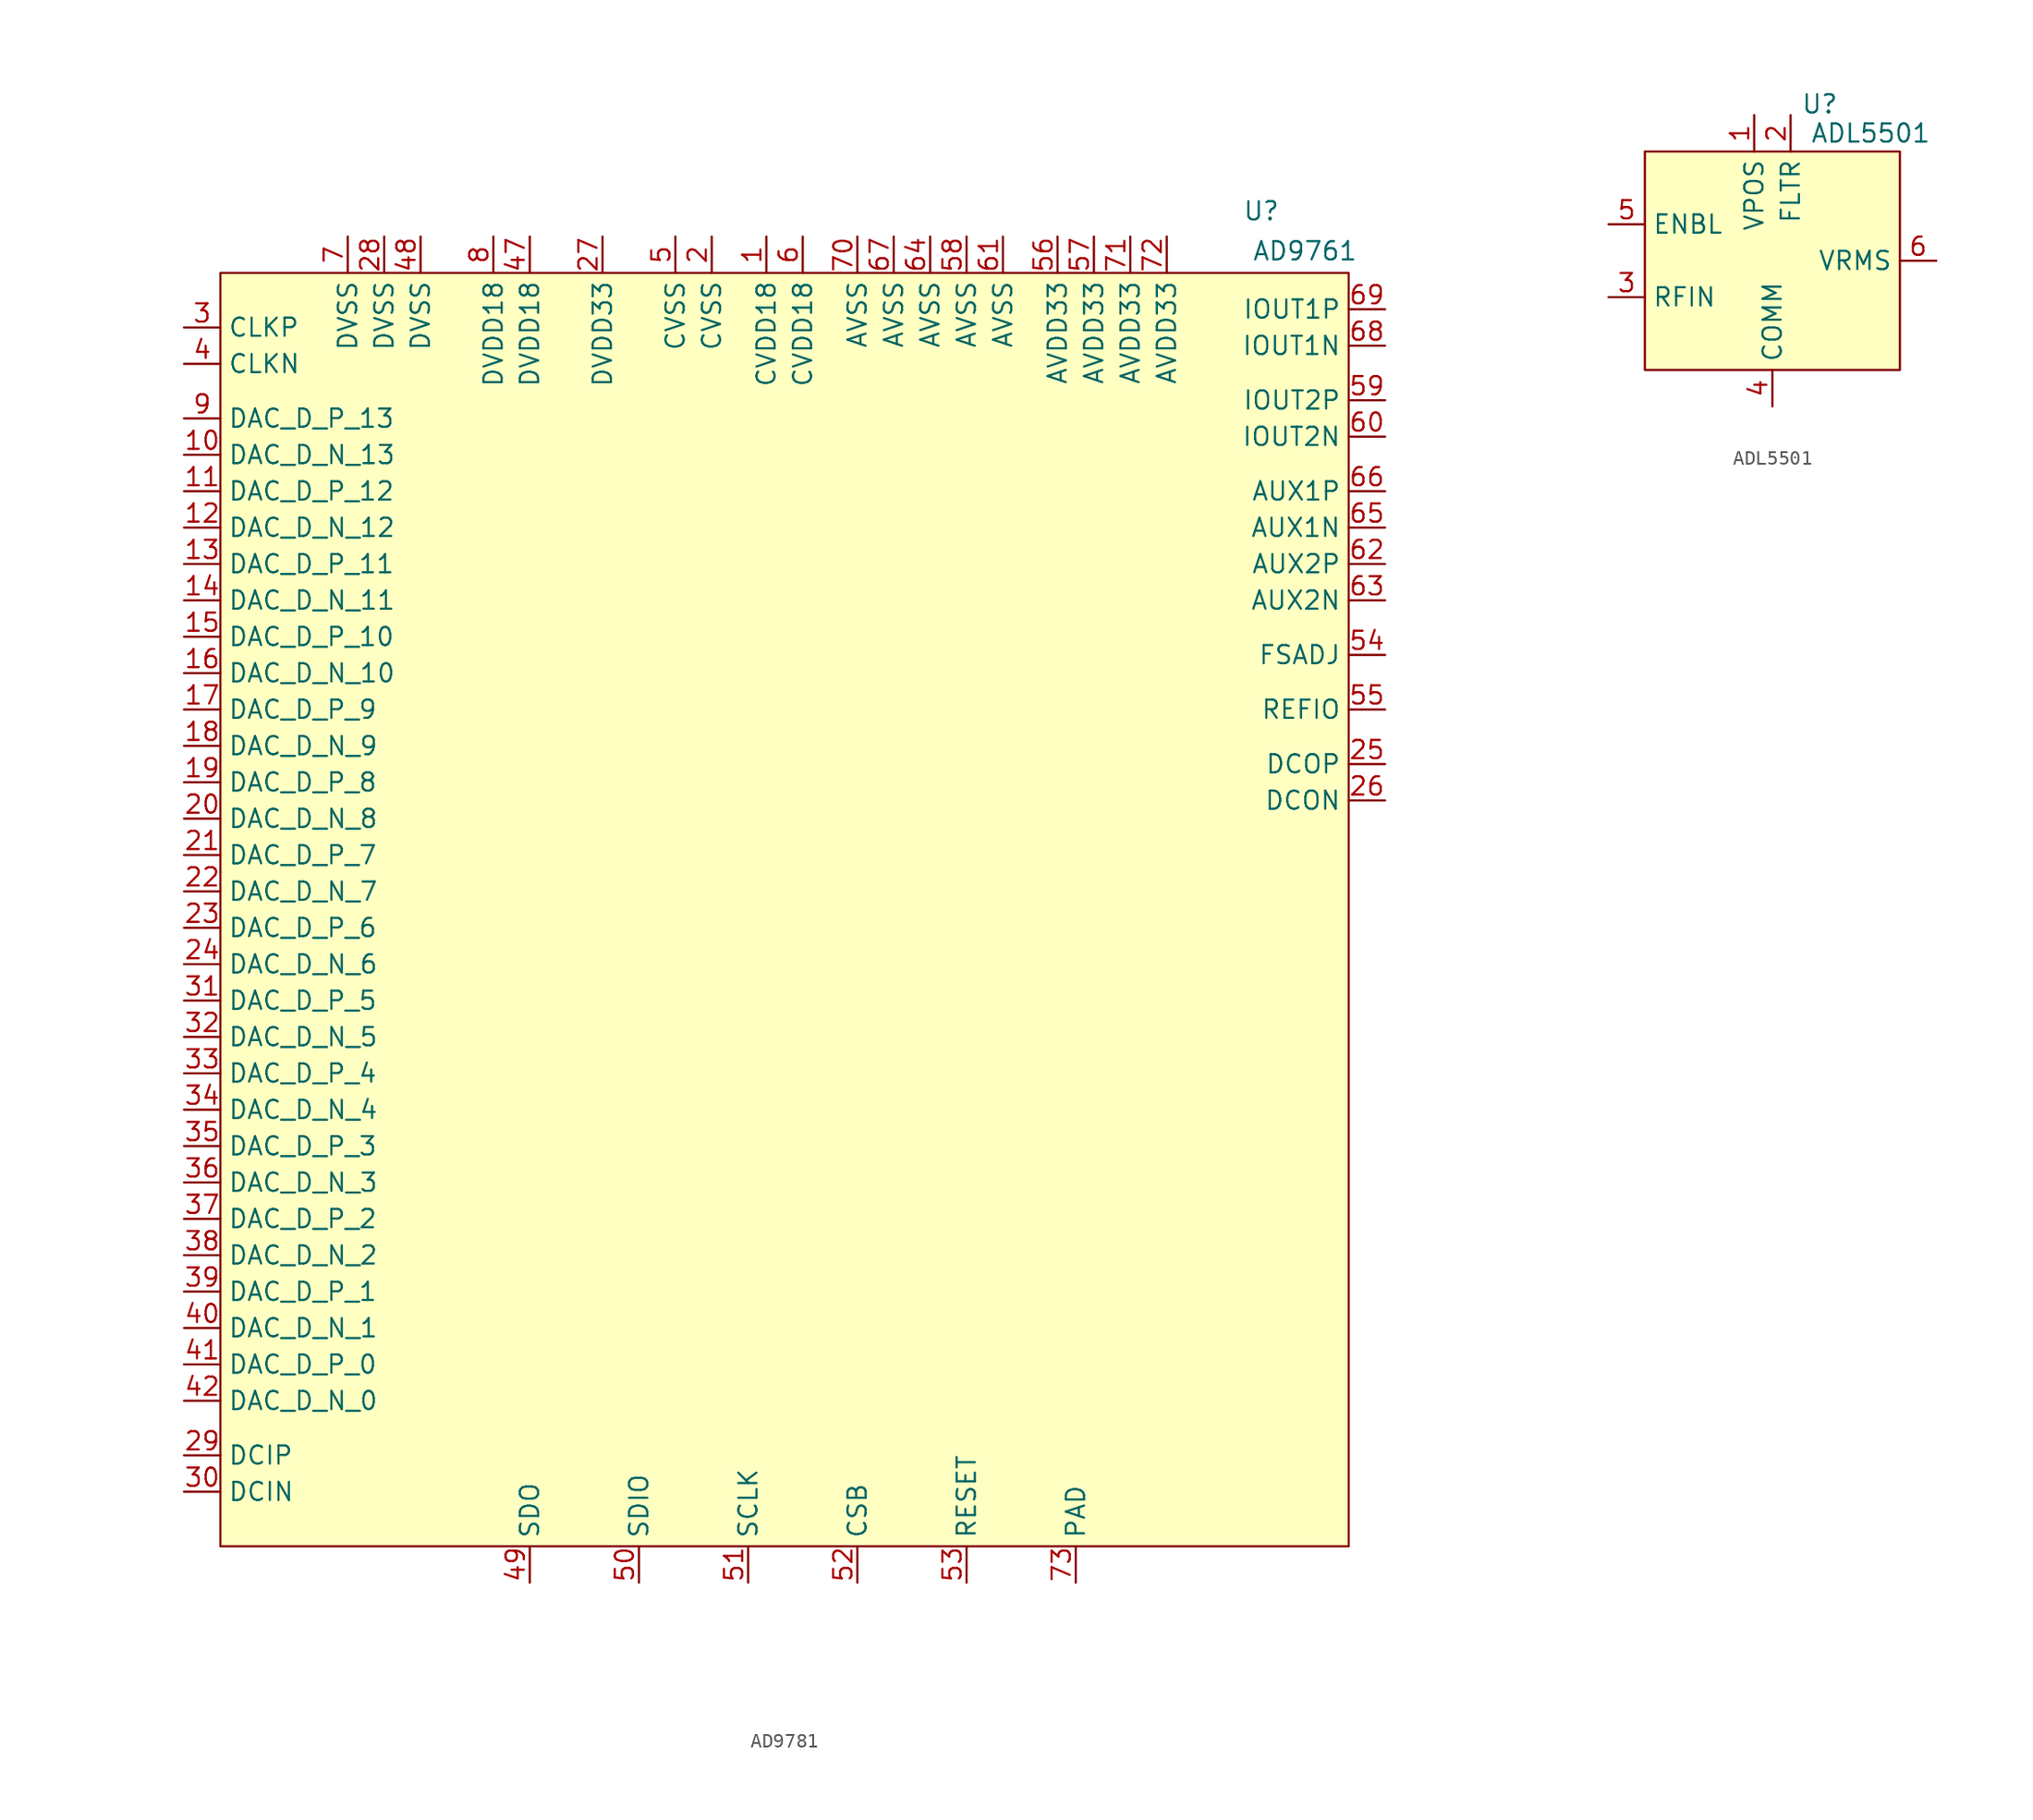
<source format=kicad_sym>
(kicad_symbol_lib
  (version 20241209)
  (generator "kicad_symbol_editor")
  (generator_version "9.0")
  (symbol "AD9781"
    (property "Reference" "U"
      (at 72.644 4.318 0)
      (effects (font (size 1.27 1.27))))
    (property "Value" "AD9761"
      (at 75.692 1.524 0)
      (effects (font (size 1.27 1.27))))
    (symbol "AD9781_1_1"
      (rectangle (start 0 0) (end 78.74 -88.9) (stroke (width 0) (type default)) (fill (type background)))
      (pin passive line (at -2.54 -3.81 0) (length 2.54) (name "CLKP" (effects (font (size 1.27 1.27)))) (number "3" (effects (font (size 1.27 1.27)))))
      (pin passive line (at -2.54 -6.35 0) (length 2.54) (name "CLKN" (effects (font (size 1.27 1.27)))) (number "4" (effects (font (size 1.27 1.27)))))
      (pin passive line (at -2.54 -10.16 0) (length 2.54) (name "DAC_D_P_13" (effects (font (size 1.27 1.27)))) (number "9" (effects (font (size 1.27 1.27)))))
      (pin passive line (at -2.54 -12.7 0) (length 2.54) (name "DAC_D_N_13" (effects (font (size 1.27 1.27)))) (number "10" (effects (font (size 1.27 1.27)))))
      (pin passive line (at -2.54 -15.24 0) (length 2.54) (name "DAC_D_P_12" (effects (font (size 1.27 1.27)))) (number "11" (effects (font (size 1.27 1.27)))))
      (pin passive line (at -2.54 -17.78 0) (length 2.54) (name "DAC_D_N_12" (effects (font (size 1.27 1.27)))) (number "12" (effects (font (size 1.27 1.27)))))
      (pin passive line (at -2.54 -20.32 0) (length 2.54) (name "DAC_D_P_11" (effects (font (size 1.27 1.27)))) (number "13" (effects (font (size 1.27 1.27)))))
      (pin passive line (at -2.54 -22.86 0) (length 2.54) (name "DAC_D_N_11" (effects (font (size 1.27 1.27)))) (number "14" (effects (font (size 1.27 1.27)))))
      (pin passive line (at -2.54 -25.4 0) (length 2.54) (name "DAC_D_P_10" (effects (font (size 1.27 1.27)))) (number "15" (effects (font (size 1.27 1.27)))))
      (pin passive line (at -2.54 -27.94 0) (length 2.54) (name "DAC_D_N_10" (effects (font (size 1.27 1.27)))) (number "16" (effects (font (size 1.27 1.27)))))
      (pin passive line (at -2.54 -30.48 0) (length 2.54) (name "DAC_D_P_9" (effects (font (size 1.27 1.27)))) (number "17" (effects (font (size 1.27 1.27)))))
      (pin passive line (at -2.54 -33.02 0) (length 2.54) (name "DAC_D_N_9" (effects (font (size 1.27 1.27)))) (number "18" (effects (font (size 1.27 1.27)))))
      (pin passive line (at -2.54 -35.56 0) (length 2.54) (name "DAC_D_P_8" (effects (font (size 1.27 1.27)))) (number "19" (effects (font (size 1.27 1.27)))))
      (pin passive line (at -2.54 -38.1 0) (length 2.54) (name "DAC_D_N_8" (effects (font (size 1.27 1.27)))) (number "20" (effects (font (size 1.27 1.27)))))
      (pin passive line (at -2.54 -40.64 0) (length 2.54) (name "DAC_D_P_7" (effects (font (size 1.27 1.27)))) (number "21" (effects (font (size 1.27 1.27)))))
      (pin passive line (at -2.54 -43.18 0) (length 2.54) (name "DAC_D_N_7" (effects (font (size 1.27 1.27)))) (number "22" (effects (font (size 1.27 1.27)))))
      (pin passive line (at -2.54 -45.72 0) (length 2.54) (name "DAC_D_P_6" (effects (font (size 1.27 1.27)))) (number "23" (effects (font (size 1.27 1.27)))))
      (pin passive line (at -2.54 -48.26 0) (length 2.54) (name "DAC_D_N_6" (effects (font (size 1.27 1.27)))) (number "24" (effects (font (size 1.27 1.27)))))
      (pin passive line (at -2.54 -50.8 0) (length 2.54) (name "DAC_D_P_5" (effects (font (size 1.27 1.27)))) (number "31" (effects (font (size 1.27 1.27)))))
      (pin passive line (at -2.54 -53.34 0) (length 2.54) (name "DAC_D_N_5" (effects (font (size 1.27 1.27)))) (number "32" (effects (font (size 1.27 1.27)))))
      (pin passive line (at -2.54 -55.88 0) (length 2.54) (name "DAC_D_P_4" (effects (font (size 1.27 1.27)))) (number "33" (effects (font (size 1.27 1.27)))))
      (pin passive line (at -2.54 -58.42 0) (length 2.54) (name "DAC_D_N_4" (effects (font (size 1.27 1.27)))) (number "34" (effects (font (size 1.27 1.27)))))
      (pin passive line (at -2.54 -60.96 0) (length 2.54) (name "DAC_D_P_3" (effects (font (size 1.27 1.27)))) (number "35" (effects (font (size 1.27 1.27)))))
      (pin passive line (at -2.54 -63.5 0) (length 2.54) (name "DAC_D_N_3" (effects (font (size 1.27 1.27)))) (number "36" (effects (font (size 1.27 1.27)))))
      (pin passive line (at -2.54 -66.04 0) (length 2.54) (name "DAC_D_P_2" (effects (font (size 1.27 1.27)))) (number "37" (effects (font (size 1.27 1.27)))))
      (pin passive line (at -2.54 -68.58 0) (length 2.54) (name "DAC_D_N_2" (effects (font (size 1.27 1.27)))) (number "38" (effects (font (size 1.27 1.27)))))
      (pin passive line (at -2.54 -71.12 0) (length 2.54) (name "DAC_D_P_1" (effects (font (size 1.27 1.27)))) (number "39" (effects (font (size 1.27 1.27)))))
      (pin passive line (at -2.54 -73.66 0) (length 2.54) (name "DAC_D_N_1" (effects (font (size 1.27 1.27)))) (number "40" (effects (font (size 1.27 1.27)))))
      (pin passive line (at -2.54 -76.2 0) (length 2.54) (name "DAC_D_P_0" (effects (font (size 1.27 1.27)))) (number "41" (effects (font (size 1.27 1.27)))))
      (pin passive line (at -2.54 -78.74 0) (length 2.54) (name "DAC_D_N_0" (effects (font (size 1.27 1.27)))) (number "42" (effects (font (size 1.27 1.27)))))
      (pin passive line (at -2.54 -82.55 0) (length 2.54) (name "DCIP" (effects (font (size 1.27 1.27)))) (number "29" (effects (font (size 1.27 1.27)))))
      (pin passive line (at -2.54 -85.09 0) (length 2.54) (name "DCIN" (effects (font (size 1.27 1.27)))) (number "30" (effects (font (size 1.27 1.27)))))
      (pin passive line (at 8.89 2.54 270) (length 2.54) (name "DVSS" (effects (font (size 1.27 1.27)))) (number "7" (effects (font (size 1.27 1.27)))))
      (pin passive line (at 11.43 2.54 270) (length 2.54) (name "DVSS" (effects (font (size 1.27 1.27)))) (number "28" (effects (font (size 1.27 1.27)))))
      (pin passive line (at 13.97 2.54 270) (length 2.54) (name "DVSS" (effects (font (size 1.27 1.27)))) (number "48" (effects (font (size 1.27 1.27)))))
      (pin passive line (at 19.05 2.54 270) (length 2.54) (name "DVDD18" (effects (font (size 1.27 1.27)))) (number "8" (effects (font (size 1.27 1.27)))))
      (pin passive line (at 21.59 2.54 270) (length 2.54) (name "DVDD18" (effects (font (size 1.27 1.27)))) (number "47" (effects (font (size 1.27 1.27)))))
      (pin passive line (at 21.59 -91.44 90) (length 2.54) (name "SDO" (effects (font (size 1.27 1.27)))) (number "49" (effects (font (size 1.27 1.27)))))
      (pin passive line (at 26.67 2.54 270) (length 2.54) (name "DVDD33" (effects (font (size 1.27 1.27)))) (number "27" (effects (font (size 1.27 1.27)))))
      (pin passive line (at 29.21 -91.44 90) (length 2.54) (name "SDIO" (effects (font (size 1.27 1.27)))) (number "50" (effects (font (size 1.27 1.27)))))
      (pin passive line (at 31.75 2.54 270) (length 2.54) (name "CVSS" (effects (font (size 1.27 1.27)))) (number "5" (effects (font (size 1.27 1.27)))))
      (pin passive line (at 34.29 2.54 270) (length 2.54) (name "CVSS" (effects (font (size 1.27 1.27)))) (number "2" (effects (font (size 1.27 1.27)))))
      (pin passive line (at 36.83 -91.44 90) (length 2.54) (name "SCLK" (effects (font (size 1.27 1.27)))) (number "51" (effects (font (size 1.27 1.27)))))
      (pin passive line (at 38.1 2.54 270) (length 2.54) (name "CVDD18" (effects (font (size 1.27 1.27)))) (number "1" (effects (font (size 1.27 1.27)))))
      (pin passive line (at 40.64 2.54 270) (length 2.54) (name "CVDD18" (effects (font (size 1.27 1.27)))) (number "6" (effects (font (size 1.27 1.27)))))
      (pin passive line (at 44.45 2.54 270) (length 2.54) (name "AVSS" (effects (font (size 1.27 1.27)))) (number "70" (effects (font (size 1.27 1.27)))))
      (pin passive line (at 44.45 -91.44 90) (length 2.54) (name "CSB" (effects (font (size 1.27 1.27)))) (number "52" (effects (font (size 1.27 1.27)))))
      (pin passive line (at 46.99 2.54 270) (length 2.54) (name "AVSS" (effects (font (size 1.27 1.27)))) (number "67" (effects (font (size 1.27 1.27)))))
      (pin passive line (at 49.53 2.54 270) (length 2.54) (name "AVSS" (effects (font (size 1.27 1.27)))) (number "64" (effects (font (size 1.27 1.27)))))
      (pin passive line (at 52.07 2.54 270) (length 2.54) (name "AVSS" (effects (font (size 1.27 1.27)))) (number "58" (effects (font (size 1.27 1.27)))))
      (pin passive line (at 52.07 -91.44 90) (length 2.54) (name "RESET" (effects (font (size 1.27 1.27)))) (number "53" (effects (font (size 1.27 1.27)))))
      (pin passive line (at 54.61 2.54 270) (length 2.54) (name "AVSS" (effects (font (size 1.27 1.27)))) (number "61" (effects (font (size 1.27 1.27)))))
      (pin passive line (at 58.42 2.54 270) (length 2.54) (name "AVDD33" (effects (font (size 1.27 1.27)))) (number "56" (effects (font (size 1.27 1.27)))))
      (pin passive line (at 59.69 -91.44 90) (length 2.54) (name "PAD" (effects (font (size 1.27 1.27)))) (number "73" (effects (font (size 1.27 1.27)))))
      (pin passive line (at 60.96 2.54 270) (length 2.54) (name "AVDD33" (effects (font (size 1.27 1.27)))) (number "57" (effects (font (size 1.27 1.27)))))
      (pin passive line (at 63.5 2.54 270) (length 2.54) (name "AVDD33" (effects (font (size 1.27 1.27)))) (number "71" (effects (font (size 1.27 1.27)))))
      (pin passive line (at 66.04 2.54 270) (length 2.54) (name "AVDD33" (effects (font (size 1.27 1.27)))) (number "72" (effects (font (size 1.27 1.27)))))
      (pin passive line (at 81.28 -2.54 180) (length 2.54) (name "IOUT1P" (effects (font (size 1.27 1.27)))) (number "69" (effects (font (size 1.27 1.27)))))
      (pin passive line (at 81.28 -5.08 180) (length 2.54) (name "IOUT1N" (effects (font (size 1.27 1.27)))) (number "68" (effects (font (size 1.27 1.27)))))
      (pin passive line (at 81.28 -8.89 180) (length 2.54) (name "IOUT2P" (effects (font (size 1.27 1.27)))) (number "59" (effects (font (size 1.27 1.27)))))
      (pin passive line (at 81.28 -11.43 180) (length 2.54) (name "IOUT2N" (effects (font (size 1.27 1.27)))) (number "60" (effects (font (size 1.27 1.27)))))
      (pin passive line (at 81.28 -15.24 180) (length 2.54) (name "AUX1P" (effects (font (size 1.27 1.27)))) (number "66" (effects (font (size 1.27 1.27)))))
      (pin passive line (at 81.28 -17.78 180) (length 2.54) (name "AUX1N" (effects (font (size 1.27 1.27)))) (number "65" (effects (font (size 1.27 1.27)))))
      (pin passive line (at 81.28 -20.32 180) (length 2.54) (name "AUX2P" (effects (font (size 1.27 1.27)))) (number "62" (effects (font (size 1.27 1.27)))))
      (pin passive line (at 81.28 -22.86 180) (length 2.54) (name "AUX2N" (effects (font (size 1.27 1.27)))) (number "63" (effects (font (size 1.27 1.27)))))
      (pin passive line (at 81.28 -26.67 180) (length 2.54) (name "FSADJ" (effects (font (size 1.27 1.27)))) (number "54" (effects (font (size 1.27 1.27)))))
      (pin passive line (at 81.28 -30.48 180) (length 2.54) (name "REFIO" (effects (font (size 1.27 1.27)))) (number "55" (effects (font (size 1.27 1.27)))))
      (pin passive line (at 81.28 -34.29 180) (length 2.54) (name "DCOP" (effects (font (size 1.27 1.27)))) (number "25" (effects (font (size 1.27 1.27)))))
      (pin passive line (at 81.28 -36.83 180) (length 2.54) (name "DCON" (effects (font (size 1.27 1.27)))) (number "26" (effects (font (size 1.27 1.27)))))))
  (symbol "ADL5501"
    (property "Reference" "U"
      (at 12.192 3.302 0)
      (effects (font (size 1.27 1.27))))
    (property "Value" "ADL5501"
      (at 15.748 1.27 0)
      (effects (font (size 1.27 1.27))))
    (symbol "ADL5501_0_1"
      (rectangle (start 0 0) (end 17.78 -15.24) (stroke (width 0) (type default)) (fill (type background))))
    (symbol "ADL5501_1_1"
      (pin passive line (at -2.54 -5.08 0) (length 2.54) (name "ENBL" (effects (font (size 1.27 1.27)))) (number "5" (effects (font (size 1.27 1.27)))))
      (pin passive line (at -2.54 -10.16 0) (length 2.54) (name "RFIN" (effects (font (size 1.27 1.27)))) (number "3" (effects (font (size 1.27 1.27)))))
      (pin passive line (at 7.62 2.54 270) (length 2.54) (name "VPOS" (effects (font (size 1.27 1.27)))) (number "1" (effects (font (size 1.27 1.27)))))
      (pin passive line (at 8.89 -17.78 90) (length 2.54) (name "COMM" (effects (font (size 1.27 1.27)))) (number "4" (effects (font (size 1.27 1.27)))))
      (pin passive line (at 10.16 2.54 270) (length 2.54) (name "FLTR" (effects (font (size 1.27 1.27)))) (number "2" (effects (font (size 1.27 1.27)))))
      (pin passive line (at 20.32 -7.62 180) (length 2.54) (name "VRMS" (effects (font (size 1.27 1.27)))) (number "6" (effects (font (size 1.27 1.27))))))))
</source>
